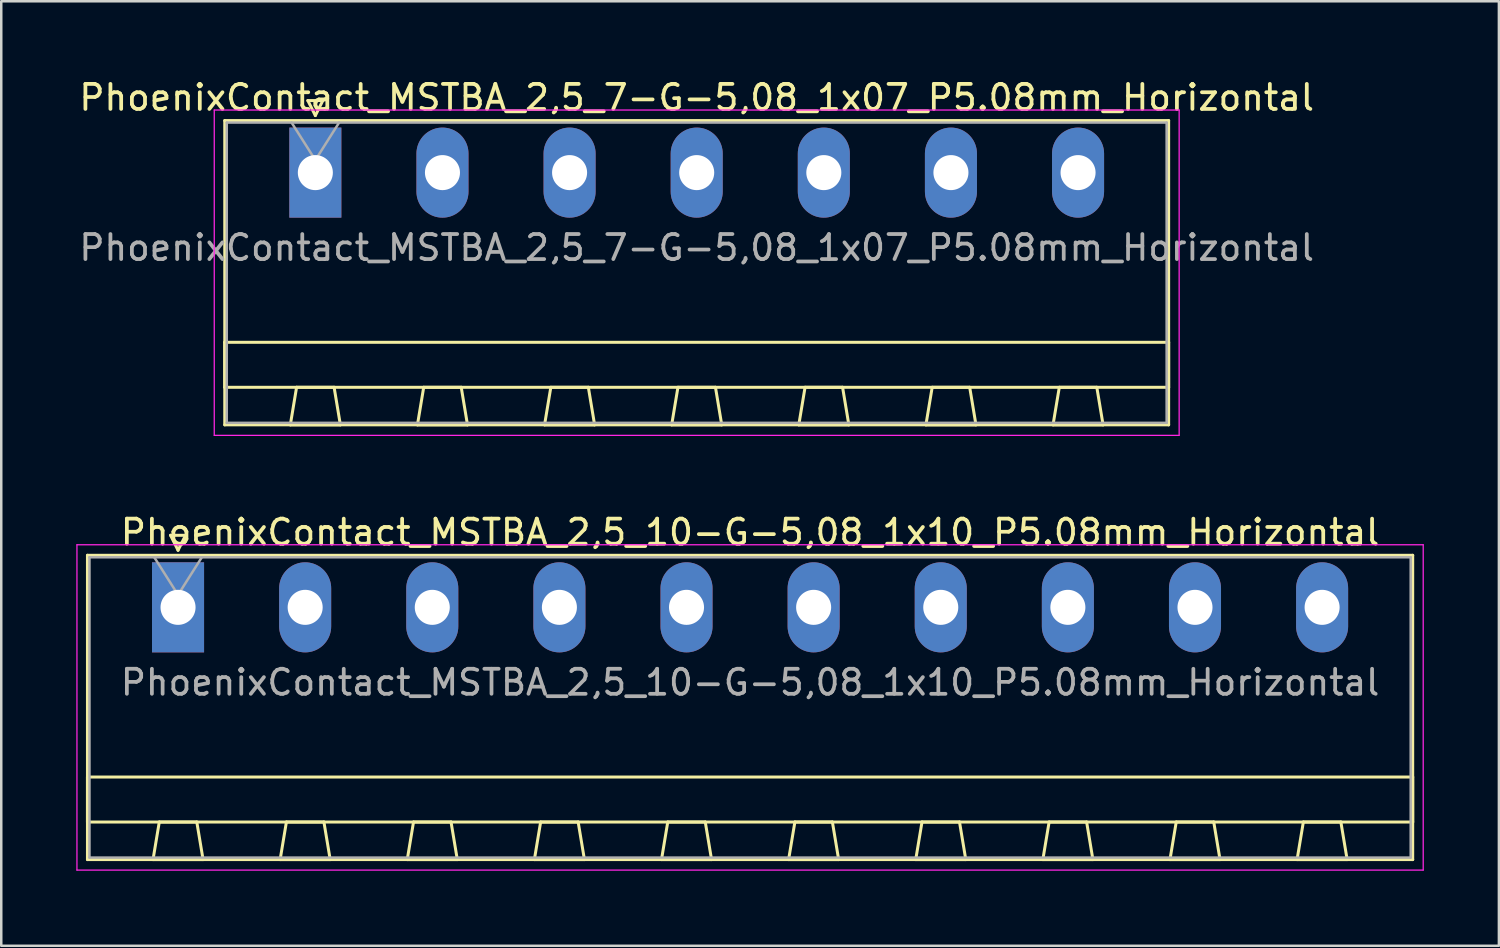
<source format=kicad_pcb>
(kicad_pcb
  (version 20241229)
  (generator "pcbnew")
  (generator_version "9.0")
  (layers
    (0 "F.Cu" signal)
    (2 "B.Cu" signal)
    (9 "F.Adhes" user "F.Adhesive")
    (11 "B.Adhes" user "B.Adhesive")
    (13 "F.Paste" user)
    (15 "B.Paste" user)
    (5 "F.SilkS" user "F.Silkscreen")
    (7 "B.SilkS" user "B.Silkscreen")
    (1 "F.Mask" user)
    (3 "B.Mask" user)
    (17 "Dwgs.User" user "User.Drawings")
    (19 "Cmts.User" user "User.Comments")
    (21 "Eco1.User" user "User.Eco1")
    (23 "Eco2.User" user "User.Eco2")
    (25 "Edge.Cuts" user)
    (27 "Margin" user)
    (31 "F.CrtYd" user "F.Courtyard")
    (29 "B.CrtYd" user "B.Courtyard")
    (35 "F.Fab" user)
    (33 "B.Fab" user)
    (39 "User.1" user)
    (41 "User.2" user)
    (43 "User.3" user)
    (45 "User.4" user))
  (footprint "PhoenixContact_MSTBA_2,5_7-G-5,08_1x07_P5.08mm_Horizontal"
    (layer "F.Cu")
    (at 9.552 3.848)
    (property "Reference" "PhoenixContact_MSTBA_2,5_7-G-5,08_1x07_P5.08mm_Horizontal" (at 15.24 -3 0) (layer "F.SilkS") (effects (font (size 1 1) (thickness 0.15))))
    (attr through_hole)
    (fp_line (start -3.62 -2.08) (end -3.62 10.08) (stroke (width 0.12) (type solid)) (layer "F.SilkS"))
    (fp_line (start -3.62 6.78) (end 34.1 6.78) (stroke (width 0.12) (type solid)) (layer "F.SilkS"))
    (fp_line (start -3.62 8.58) (end -3.62 6.78) (stroke (width 0.12) (type solid)) (layer "F.SilkS"))
    (fp_line (start -3.62 10.08) (end 34.1 10.08) (stroke (width 0.12) (type solid)) (layer "F.SilkS"))
    (fp_line (start -1 10.08) (end 1 10.08) (stroke (width 0.12) (type solid)) (layer "F.SilkS"))
    (fp_line (start -0.75 8.58) (end -1 10.08) (stroke (width 0.12) (type solid)) (layer "F.SilkS"))
    (fp_line (start -0.3 -2.88) (end 0.3 -2.88) (stroke (width 0.12) (type solid)) (layer "F.SilkS"))
    (fp_line (start 0 -2.28) (end -0.3 -2.88) (stroke (width 0.12) (type solid)) (layer "F.SilkS"))
    (fp_line (start 0.3 -2.88) (end 0 -2.28) (stroke (width 0.12) (type solid)) (layer "F.SilkS"))
    (fp_line (start 0.75 8.58) (end -0.75 8.58) (stroke (width 0.12) (type solid)) (layer "F.SilkS"))
    (fp_line (start 1 10.08) (end 0.75 8.58) (stroke (width 0.12) (type solid)) (layer "F.SilkS"))
    (fp_line (start 4.08 10.08) (end 6.08 10.08) (stroke (width 0.12) (type solid)) (layer "F.SilkS"))
    (fp_line (start 4.33 8.58) (end 4.08 10.08) (stroke (width 0.12) (type solid)) (layer "F.SilkS"))
    (fp_line (start 5.83 8.58) (end 4.33 8.58) (stroke (width 0.12) (type solid)) (layer "F.SilkS"))
    (fp_line (start 6.08 10.08) (end 5.83 8.58) (stroke (width 0.12) (type solid)) (layer "F.SilkS"))
    (fp_line (start 9.16 10.08) (end 11.16 10.08) (stroke (width 0.12) (type solid)) (layer "F.SilkS"))
    (fp_line (start 9.41 8.58) (end 9.16 10.08) (stroke (width 0.12) (type solid)) (layer "F.SilkS"))
    (fp_line (start 10.91 8.58) (end 9.41 8.58) (stroke (width 0.12) (type solid)) (layer "F.SilkS"))
    (fp_line (start 11.16 10.08) (end 10.91 8.58) (stroke (width 0.12) (type solid)) (layer "F.SilkS"))
    (fp_line (start 14.24 10.08) (end 16.24 10.08) (stroke (width 0.12) (type solid)) (layer "F.SilkS"))
    (fp_line (start 14.49 8.58) (end 14.24 10.08) (stroke (width 0.12) (type solid)) (layer "F.SilkS"))
    (fp_line (start 15.99 8.58) (end 14.49 8.58) (stroke (width 0.12) (type solid)) (layer "F.SilkS"))
    (fp_line (start 16.24 10.08) (end 15.99 8.58) (stroke (width 0.12) (type solid)) (layer "F.SilkS"))
    (fp_line (start 19.32 10.08) (end 21.32 10.08) (stroke (width 0.12) (type solid)) (layer "F.SilkS"))
    (fp_line (start 19.57 8.58) (end 19.32 10.08) (stroke (width 0.12) (type solid)) (layer "F.SilkS"))
    (fp_line (start 21.07 8.58) (end 19.57 8.58) (stroke (width 0.12) (type solid)) (layer "F.SilkS"))
    (fp_line (start 21.32 10.08) (end 21.07 8.58) (stroke (width 0.12) (type solid)) (layer "F.SilkS"))
    (fp_line (start 24.4 10.08) (end 26.4 10.08) (stroke (width 0.12) (type solid)) (layer "F.SilkS"))
    (fp_line (start 24.65 8.58) (end 24.4 10.08) (stroke (width 0.12) (type solid)) (layer "F.SilkS"))
    (fp_line (start 26.15 8.58) (end 24.65 8.58) (stroke (width 0.12) (type solid)) (layer "F.SilkS"))
    (fp_line (start 26.4 10.08) (end 26.15 8.58) (stroke (width 0.12) (type solid)) (layer "F.SilkS"))
    (fp_line (start 29.48 10.08) (end 31.48 10.08) (stroke (width 0.12) (type solid)) (layer "F.SilkS"))
    (fp_line (start 29.73 8.58) (end 29.48 10.08) (stroke (width 0.12) (type solid)) (layer "F.SilkS"))
    (fp_line (start 31.23 8.58) (end 29.73 8.58) (stroke (width 0.12) (type solid)) (layer "F.SilkS"))
    (fp_line (start 31.48 10.08) (end 31.23 8.58) (stroke (width 0.12) (type solid)) (layer "F.SilkS"))
    (fp_line (start 34.1 -2.08) (end -3.62 -2.08) (stroke (width 0.12) (type solid)) (layer "F.SilkS"))
    (fp_line (start 34.1 6.78) (end 34.1 8.58) (stroke (width 0.12) (type solid)) (layer "F.SilkS"))
    (fp_line (start 34.1 8.58) (end -3.62 8.58) (stroke (width 0.12) (type solid)) (layer "F.SilkS"))
    (fp_line (start 34.1 10.08) (end 34.1 -2.08) (stroke (width 0.12) (type solid)) (layer "F.SilkS"))
    (fp_line (start -4.04 -2.5) (end -4.04 10.5) (stroke (width 0.05) (type solid)) (layer "F.CrtYd"))
    (fp_line (start -4.04 10.5) (end 34.52 10.5) (stroke (width 0.05) (type solid)) (layer "F.CrtYd"))
    (fp_line (start 34.52 -2.5) (end -4.04 -2.5) (stroke (width 0.05) (type solid)) (layer "F.CrtYd"))
    (fp_line (start 34.52 10.5) (end 34.52 -2.5) (stroke (width 0.05) (type solid)) (layer "F.CrtYd"))
    (fp_line (start -3.54 -2) (end -3.54 10) (stroke (width 0.1) (type solid)) (layer "F.Fab"))
    (fp_line (start -3.54 10) (end 34.02 10) (stroke (width 0.1) (type solid)) (layer "F.Fab"))
    (fp_line (start 0 -0.5) (end -0.95 -2) (stroke (width 0.1) (type solid)) (layer "F.Fab"))
    (fp_line (start 0.95 -2) (end 0 -0.5) (stroke (width 0.1) (type solid)) (layer "F.Fab"))
    (fp_line (start 34.02 -2) (end -3.54 -2) (stroke (width 0.1) (type solid)) (layer "F.Fab"))
    (fp_line (start 34.02 10) (end 34.02 -2) (stroke (width 0.1) (type solid)) (layer "F.Fab"))
    (fp_text user "${REFERENCE}" (at 15.24 3 0) (layer "F.Fab") (effects (font (size 1 1) (thickness 0.15))))
    (pad "1" thru_hole rect (at 0 0) (size 2.08 3.6) (drill 1.4) (layers "*.Cu" "*.Mask"))
    (pad "2" thru_hole oval (at 5.08 0) (size 2.08 3.6) (drill 1.4) (layers "*.Cu" "*.Mask"))
    (pad "3" thru_hole oval (at 10.16 0) (size 2.08 3.6) (drill 1.4) (layers "*.Cu" "*.Mask"))
    (pad "4" thru_hole oval (at 15.24 0) (size 2.08 3.6) (drill 1.4) (layers "*.Cu" "*.Mask"))
    (pad "5" thru_hole oval (at 20.32 0) (size 2.08 3.6) (drill 1.4) (layers "*.Cu" "*.Mask"))
    (pad "6" thru_hole oval (at 25.4 0) (size 2.08 3.6) (drill 1.4) (layers "*.Cu" "*.Mask"))
    (pad "7" thru_hole oval (at 30.48 0) (size 2.08 3.6) (drill 1.4) (layers "*.Cu" "*.Mask")))
  (footprint "PhoenixContact_MSTBA_2,5_10-G-5,08_1x10_P5.08mm_Horizontal"
    (layer "F.Cu")
    (at 4.065 21.221)
    (property "Reference" "PhoenixContact_MSTBA_2,5_10-G-5,08_1x10_P5.08mm_Horizontal" (at 22.86 -3 0) (layer "F.SilkS") (effects (font (size 1 1) (thickness 0.15))))
    (attr through_hole)
    (fp_line (start -3.62 -2.08) (end -3.62 10.08) (stroke (width 0.12) (type solid)) (layer "F.SilkS"))
    (fp_line (start -3.62 6.78) (end 49.34 6.78) (stroke (width 0.12) (type solid)) (layer "F.SilkS"))
    (fp_line (start -3.62 8.58) (end -3.62 6.78) (stroke (width 0.12) (type solid)) (layer "F.SilkS"))
    (fp_line (start -3.62 10.08) (end 49.34 10.08) (stroke (width 0.12) (type solid)) (layer "F.SilkS"))
    (fp_line (start -1 10.08) (end 1 10.08) (stroke (width 0.12) (type solid)) (layer "F.SilkS"))
    (fp_line (start -0.75 8.58) (end -1 10.08) (stroke (width 0.12) (type solid)) (layer "F.SilkS"))
    (fp_line (start -0.3 -2.88) (end 0.3 -2.88) (stroke (width 0.12) (type solid)) (layer "F.SilkS"))
    (fp_line (start 0 -2.28) (end -0.3 -2.88) (stroke (width 0.12) (type solid)) (layer "F.SilkS"))
    (fp_line (start 0.3 -2.88) (end 0 -2.28) (stroke (width 0.12) (type solid)) (layer "F.SilkS"))
    (fp_line (start 0.75 8.58) (end -0.75 8.58) (stroke (width 0.12) (type solid)) (layer "F.SilkS"))
    (fp_line (start 1 10.08) (end 0.75 8.58) (stroke (width 0.12) (type solid)) (layer "F.SilkS"))
    (fp_line (start 4.08 10.08) (end 6.08 10.08) (stroke (width 0.12) (type solid)) (layer "F.SilkS"))
    (fp_line (start 4.33 8.58) (end 4.08 10.08) (stroke (width 0.12) (type solid)) (layer "F.SilkS"))
    (fp_line (start 5.83 8.58) (end 4.33 8.58) (stroke (width 0.12) (type solid)) (layer "F.SilkS"))
    (fp_line (start 6.08 10.08) (end 5.83 8.58) (stroke (width 0.12) (type solid)) (layer "F.SilkS"))
    (fp_line (start 9.16 10.08) (end 11.16 10.08) (stroke (width 0.12) (type solid)) (layer "F.SilkS"))
    (fp_line (start 9.41 8.58) (end 9.16 10.08) (stroke (width 0.12) (type solid)) (layer "F.SilkS"))
    (fp_line (start 10.91 8.58) (end 9.41 8.58) (stroke (width 0.12) (type solid)) (layer "F.SilkS"))
    (fp_line (start 11.16 10.08) (end 10.91 8.58) (stroke (width 0.12) (type solid)) (layer "F.SilkS"))
    (fp_line (start 14.24 10.08) (end 16.24 10.08) (stroke (width 0.12) (type solid)) (layer "F.SilkS"))
    (fp_line (start 14.49 8.58) (end 14.24 10.08) (stroke (width 0.12) (type solid)) (layer "F.SilkS"))
    (fp_line (start 15.99 8.58) (end 14.49 8.58) (stroke (width 0.12) (type solid)) (layer "F.SilkS"))
    (fp_line (start 16.24 10.08) (end 15.99 8.58) (stroke (width 0.12) (type solid)) (layer "F.SilkS"))
    (fp_line (start 19.32 10.08) (end 21.32 10.08) (stroke (width 0.12) (type solid)) (layer "F.SilkS"))
    (fp_line (start 19.57 8.58) (end 19.32 10.08) (stroke (width 0.12) (type solid)) (layer "F.SilkS"))
    (fp_line (start 21.07 8.58) (end 19.57 8.58) (stroke (width 0.12) (type solid)) (layer "F.SilkS"))
    (fp_line (start 21.32 10.08) (end 21.07 8.58) (stroke (width 0.12) (type solid)) (layer "F.SilkS"))
    (fp_line (start 24.4 10.08) (end 26.4 10.08) (stroke (width 0.12) (type solid)) (layer "F.SilkS"))
    (fp_line (start 24.65 8.58) (end 24.4 10.08) (stroke (width 0.12) (type solid)) (layer "F.SilkS"))
    (fp_line (start 26.15 8.58) (end 24.65 8.58) (stroke (width 0.12) (type solid)) (layer "F.SilkS"))
    (fp_line (start 26.4 10.08) (end 26.15 8.58) (stroke (width 0.12) (type solid)) (layer "F.SilkS"))
    (fp_line (start 29.48 10.08) (end 31.48 10.08) (stroke (width 0.12) (type solid)) (layer "F.SilkS"))
    (fp_line (start 29.73 8.58) (end 29.48 10.08) (stroke (width 0.12) (type solid)) (layer "F.SilkS"))
    (fp_line (start 31.23 8.58) (end 29.73 8.58) (stroke (width 0.12) (type solid)) (layer "F.SilkS"))
    (fp_line (start 31.48 10.08) (end 31.23 8.58) (stroke (width 0.12) (type solid)) (layer "F.SilkS"))
    (fp_line (start 34.56 10.08) (end 36.56 10.08) (stroke (width 0.12) (type solid)) (layer "F.SilkS"))
    (fp_line (start 34.81 8.58) (end 34.56 10.08) (stroke (width 0.12) (type solid)) (layer "F.SilkS"))
    (fp_line (start 36.31 8.58) (end 34.81 8.58) (stroke (width 0.12) (type solid)) (layer "F.SilkS"))
    (fp_line (start 36.56 10.08) (end 36.31 8.58) (stroke (width 0.12) (type solid)) (layer "F.SilkS"))
    (fp_line (start 39.64 10.08) (end 41.64 10.08) (stroke (width 0.12) (type solid)) (layer "F.SilkS"))
    (fp_line (start 39.89 8.58) (end 39.64 10.08) (stroke (width 0.12) (type solid)) (layer "F.SilkS"))
    (fp_line (start 41.39 8.58) (end 39.89 8.58) (stroke (width 0.12) (type solid)) (layer "F.SilkS"))
    (fp_line (start 41.64 10.08) (end 41.39 8.58) (stroke (width 0.12) (type solid)) (layer "F.SilkS"))
    (fp_line (start 44.72 10.08) (end 46.72 10.08) (stroke (width 0.12) (type solid)) (layer "F.SilkS"))
    (fp_line (start 44.97 8.58) (end 44.72 10.08) (stroke (width 0.12) (type solid)) (layer "F.SilkS"))
    (fp_line (start 46.47 8.58) (end 44.97 8.58) (stroke (width 0.12) (type solid)) (layer "F.SilkS"))
    (fp_line (start 46.72 10.08) (end 46.47 8.58) (stroke (width 0.12) (type solid)) (layer "F.SilkS"))
    (fp_line (start 49.34 -2.08) (end -3.62 -2.08) (stroke (width 0.12) (type solid)) (layer "F.SilkS"))
    (fp_line (start 49.34 6.78) (end 49.34 8.58) (stroke (width 0.12) (type solid)) (layer "F.SilkS"))
    (fp_line (start 49.34 8.58) (end -3.62 8.58) (stroke (width 0.12) (type solid)) (layer "F.SilkS"))
    (fp_line (start 49.34 10.08) (end 49.34 -2.08) (stroke (width 0.12) (type solid)) (layer "F.SilkS"))
    (fp_line (start -4.04 -2.5) (end -4.04 10.5) (stroke (width 0.05) (type solid)) (layer "F.CrtYd"))
    (fp_line (start -4.04 10.5) (end 49.76 10.5) (stroke (width 0.05) (type solid)) (layer "F.CrtYd"))
    (fp_line (start 49.76 -2.5) (end -4.04 -2.5) (stroke (width 0.05) (type solid)) (layer "F.CrtYd"))
    (fp_line (start 49.76 10.5) (end 49.76 -2.5) (stroke (width 0.05) (type solid)) (layer "F.CrtYd"))
    (fp_line (start -3.54 -2) (end -3.54 10) (stroke (width 0.1) (type solid)) (layer "F.Fab"))
    (fp_line (start -3.54 10) (end 49.26 10) (stroke (width 0.1) (type solid)) (layer "F.Fab"))
    (fp_line (start 0 -0.5) (end -0.95 -2) (stroke (width 0.1) (type solid)) (layer "F.Fab"))
    (fp_line (start 0.95 -2) (end 0 -0.5) (stroke (width 0.1) (type solid)) (layer "F.Fab"))
    (fp_line (start 49.26 -2) (end -3.54 -2) (stroke (width 0.1) (type solid)) (layer "F.Fab"))
    (fp_line (start 49.26 10) (end 49.26 -2) (stroke (width 0.1) (type solid)) (layer "F.Fab"))
    (fp_text user "${REFERENCE}" (at 22.86 3 0) (layer "F.Fab") (effects (font (size 1 1) (thickness 0.15))))
    (pad "1" thru_hole rect (at 0 0) (size 2.08 3.6) (drill 1.4) (layers "*.Cu" "*.Mask"))
    (pad "2" thru_hole oval (at 5.08 0) (size 2.08 3.6) (drill 1.4) (layers "*.Cu" "*.Mask"))
    (pad "3" thru_hole oval (at 10.16 0) (size 2.08 3.6) (drill 1.4) (layers "*.Cu" "*.Mask"))
    (pad "4" thru_hole oval (at 15.24 0) (size 2.08 3.6) (drill 1.4) (layers "*.Cu" "*.Mask"))
    (pad "5" thru_hole oval (at 20.32 0) (size 2.08 3.6) (drill 1.4) (layers "*.Cu" "*.Mask"))
    (pad "6" thru_hole oval (at 25.4 0) (size 2.08 3.6) (drill 1.4) (layers "*.Cu" "*.Mask"))
    (pad "7" thru_hole oval (at 30.48 0) (size 2.08 3.6) (drill 1.4) (layers "*.Cu" "*.Mask"))
    (pad "8" thru_hole oval (at 35.56 0) (size 2.08 3.6) (drill 1.4) (layers "*.Cu" "*.Mask"))
    (pad "9" thru_hole oval (at 40.64 0) (size 2.08 3.6) (drill 1.4) (layers "*.Cu" "*.Mask"))
    (pad "10" thru_hole oval (at 45.72 0) (size 2.08 3.6) (drill 1.4) (layers "*.Cu" "*.Mask")))
  (gr_rect
    (start -3 -3)
    (end 56.85 34.746)
    (stroke (width 0.1) (type default))
    (fill no)
    (layer "Edge.Cuts")))
</source>
